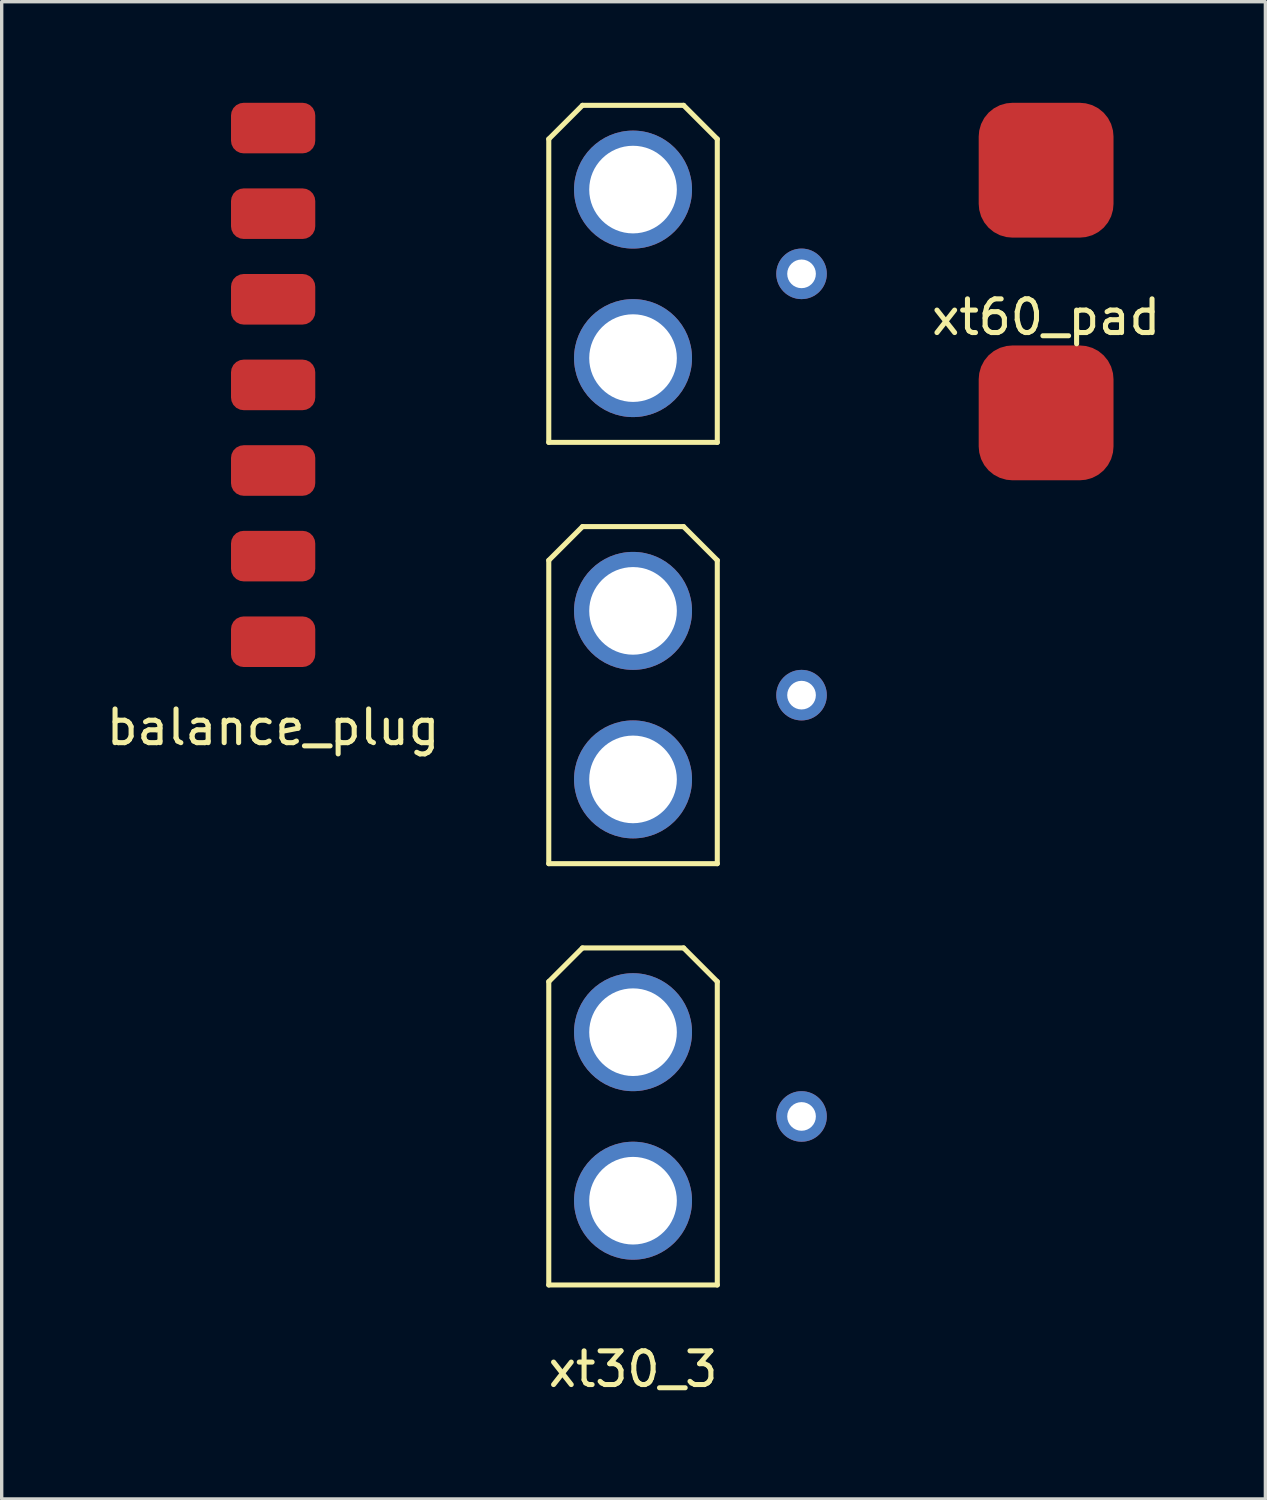
<source format=kicad_pcb>
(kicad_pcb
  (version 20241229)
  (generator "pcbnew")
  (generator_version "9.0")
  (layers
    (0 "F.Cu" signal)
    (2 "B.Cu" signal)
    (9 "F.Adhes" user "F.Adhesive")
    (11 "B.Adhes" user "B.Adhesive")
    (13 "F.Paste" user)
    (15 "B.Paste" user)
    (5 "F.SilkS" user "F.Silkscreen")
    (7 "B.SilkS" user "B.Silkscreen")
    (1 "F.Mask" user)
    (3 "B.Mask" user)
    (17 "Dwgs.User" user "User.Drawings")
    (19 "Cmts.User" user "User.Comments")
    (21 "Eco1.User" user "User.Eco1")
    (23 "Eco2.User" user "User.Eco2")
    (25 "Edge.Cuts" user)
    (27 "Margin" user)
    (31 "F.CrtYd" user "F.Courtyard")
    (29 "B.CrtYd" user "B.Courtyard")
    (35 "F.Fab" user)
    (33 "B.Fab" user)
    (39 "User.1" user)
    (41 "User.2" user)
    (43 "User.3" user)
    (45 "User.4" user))
  (footprint "xt30_3"
    (layer "F.Cu")
    (at 15.732 17.575)
    (property "Reference" "xt30_3" (at 0 20 0) (layer "F.SilkS") (effects (font (size 1 1) (thickness 0.15))))
    (attr through_hole)
    (fp_line (start -2.5 -16.5) (end -2.5 -7.5) (stroke (width 0.15) (type solid)) (layer "F.SilkS"))
    (fp_line (start -2.5 -4) (end -1.5 -5) (stroke (width 0.15) (type solid)) (layer "F.SilkS"))
    (fp_line (start -2.5 5) (end -2.5 -4) (stroke (width 0.15) (type solid)) (layer "F.SilkS"))
    (fp_line (start -2.5 8.5) (end -1.5 7.5) (stroke (width 0.15) (type solid)) (layer "F.SilkS"))
    (fp_line (start -2.5 17.5) (end -2.5 8.5) (stroke (width 0.15) (type solid)) (layer "F.SilkS"))
    (fp_line (start -1.5 -17.5) (end -2.5 -16.5) (stroke (width 0.15) (type solid)) (layer "F.SilkS"))
    (fp_line (start -1.5 -5) (end 1.5 -5) (stroke (width 0.15) (type solid)) (layer "F.SilkS"))
    (fp_line (start -1.5 7.5) (end 1.5 7.5) (stroke (width 0.15) (type solid)) (layer "F.SilkS"))
    (fp_line (start 1.5 -17.5) (end -1.5 -17.5) (stroke (width 0.15) (type solid)) (layer "F.SilkS"))
    (fp_line (start 1.5 -5) (end 2.5 -4) (stroke (width 0.15) (type solid)) (layer "F.SilkS"))
    (fp_line (start 1.5 7.5) (end 2.5 8.5) (stroke (width 0.15) (type solid)) (layer "F.SilkS"))
    (fp_line (start 2.5 -16.5) (end 1.5 -17.5) (stroke (width 0.15) (type solid)) (layer "F.SilkS"))
    (fp_line (start 2.5 -7.5) (end -2.5 -7.5) (stroke (width 0.15) (type solid)) (layer "F.SilkS"))
    (fp_line (start 2.5 -7.5) (end 2.5 -16.5) (stroke (width 0.15) (type solid)) (layer "F.SilkS"))
    (fp_line (start 2.5 -4) (end 2.5 5) (stroke (width 0.15) (type solid)) (layer "F.SilkS"))
    (fp_line (start 2.5 5) (end -2.5 5) (stroke (width 0.15) (type solid)) (layer "F.SilkS"))
    (fp_line (start 2.5 8.5) (end 2.5 17.5) (stroke (width 0.15) (type solid)) (layer "F.SilkS"))
    (fp_line (start 2.5 17.5) (end -2.5 17.5) (stroke (width 0.15) (type solid)) (layer "F.SilkS"))
    (pad "1" thru_hole circle (at 0 15) (size 3.5 3.5) (drill 2.6) (layers "*.Cu" "*.Mask"))
    (pad "2" thru_hole circle (at 5 12.5) (size 1.5 1.5) (drill 0.85) (layers "*.Cu" "*.Mask"))
    (pad "3" thru_hole circle (at 0 10) (size 3.5 3.5) (drill 2.6) (layers "*.Cu" "*.Mask"))
    (pad "4" thru_hole circle (at 0 2.5) (size 3.5 3.5) (drill 2.6) (layers "*.Cu" "*.Mask"))
    (pad "5" thru_hole circle (at 5 0) (size 1.5 1.5) (drill 0.85) (layers "*.Cu" "*.Mask"))
    (pad "6" thru_hole circle (at 0 -2.5) (size 3.5 3.5) (drill 2.6) (layers "*.Cu" "*.Mask"))
    (pad "7" thru_hole circle (at 0 -10) (size 3.5 3.5) (drill 2.6) (layers "*.Cu" "*.Mask"))
    (pad "8" thru_hole circle (at 5 -12.5) (size 1.5 1.5) (drill 0.85) (layers "*.Cu" "*.Mask"))
    (pad "9" thru_hole circle (at 0 -15) (size 3.5 3.5) (drill 2.6) (layers "*.Cu" "*.Mask")))
  (footprint "xt60_pad"
    (layer "F.Cu")
    (at 27.988 5.6)
    (property "Reference" "xt60_pad" (at 0 0.762 0) (layer "F.SilkS") (effects (font (size 1 1) (thickness 0.15))))
    (attr through_hole)
    (pad "1" smd roundrect (at 0 3.6) (size 4 4) (layers "F.Cu" "F.Mask" "F.Paste") (roundrect_rratio 0.25))
    (pad "2" smd roundrect (at 0 -3.6) (size 4 4) (layers "F.Cu" "F.Mask" "F.Paste") (roundrect_rratio 0.25)))
  (footprint "balance_plug"
    (layer "F.Cu")
    (at 5.054 8.37)
    (property "Reference" "balance_plug" (at 0 10.16 0) (layer "F.SilkS") (effects (font (size 1 1) (thickness 0.15))))
    (attr through_hole)
    (pad "1" smd roundrect (at 0 7.62) (size 2.5 1.5) (layers "F.Cu" "F.Mask" "F.Paste") (roundrect_rratio 0.25))
    (pad "2" smd roundrect (at 0 5.08) (size 2.5 1.5) (layers "F.Cu" "F.Mask" "F.Paste") (roundrect_rratio 0.25))
    (pad "3" smd roundrect (at 0 2.54) (size 2.5 1.5) (layers "F.Cu" "F.Mask" "F.Paste") (roundrect_rratio 0.25))
    (pad "4" smd roundrect (at 0 0) (size 2.5 1.5) (layers "F.Cu" "F.Mask" "F.Paste") (roundrect_rratio 0.25))
    (pad "5" smd roundrect (at 0 -2.54) (size 2.5 1.5) (layers "F.Cu" "F.Mask" "F.Paste") (roundrect_rratio 0.25))
    (pad "6" smd roundrect (at 0 -5.08) (size 2.5 1.5) (layers "F.Cu" "F.Mask" "F.Paste") (roundrect_rratio 0.25))
    (pad "7" smd roundrect (at 0 -7.62) (size 2.5 1.5) (layers "F.Cu" "F.Mask" "F.Paste") (roundrect_rratio 0.25)))
  (gr_rect
    (start -3 -3)
    (end 34.494 41.423)
    (stroke (width 0.1) (type default))
    (fill no)
    (layer "Edge.Cuts")))
</source>
